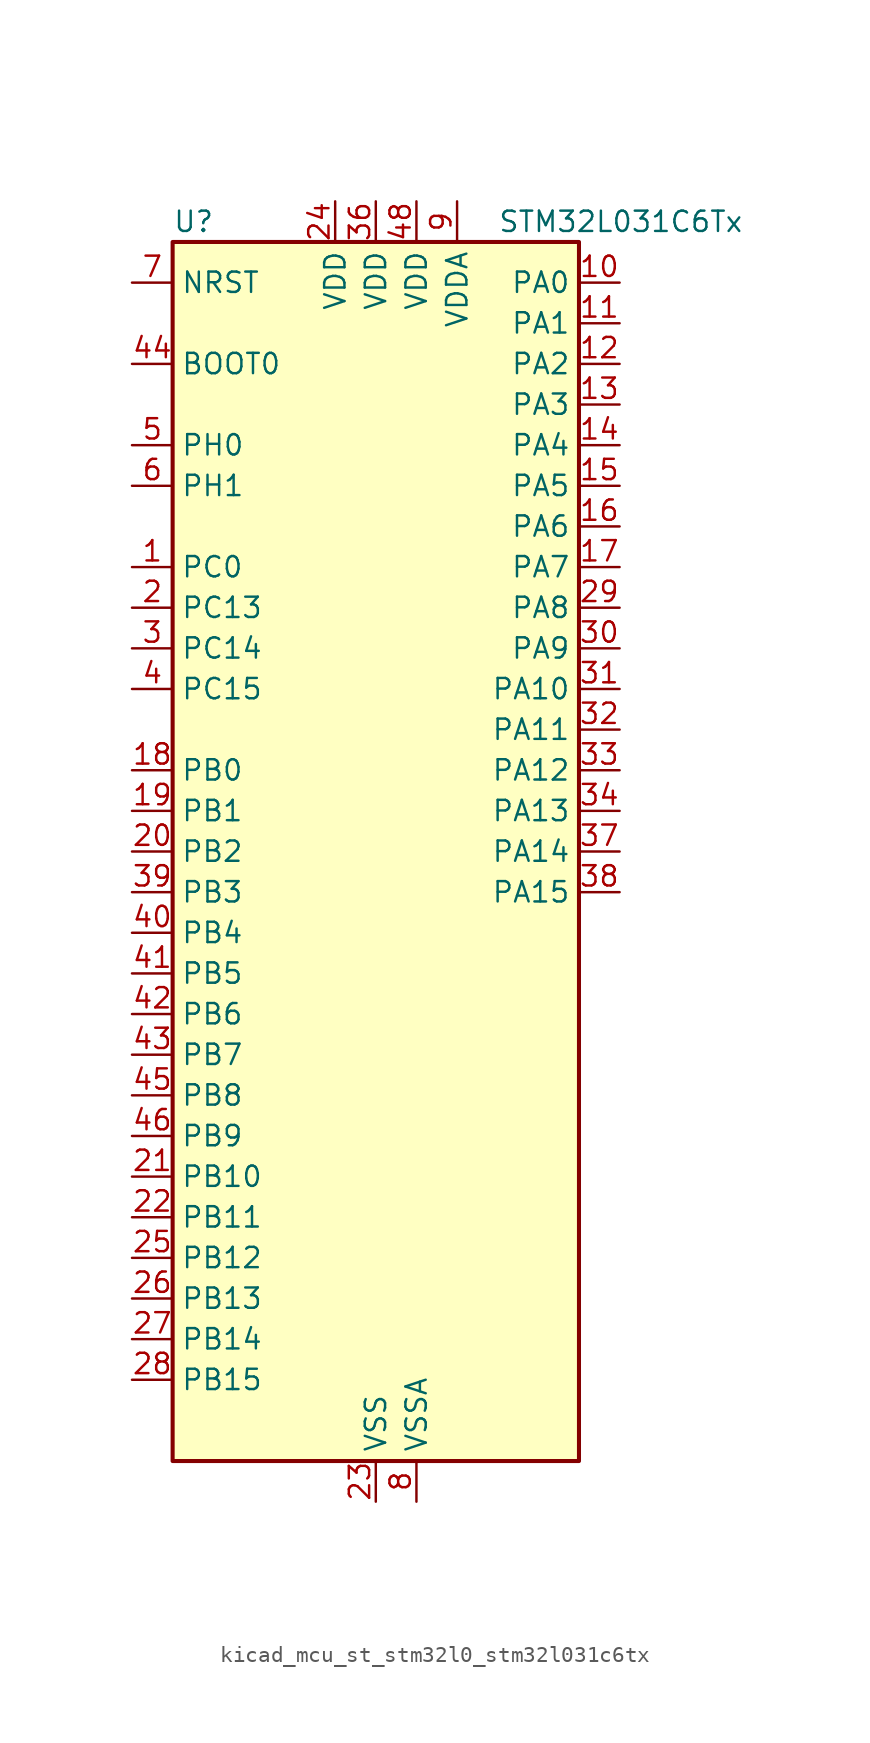
<source format=kicad_sym>
(kicad_symbol_lib
  (version 20220914)
  (generator kicad_symbol_editor)
  (symbol "kicad_mcu_st_stm32l0_stm32l031c6tx"
    (property "Reference" "U"
      (at -12.7 39.37 0)
      (effects (font (size 1.27 1.27)) (justify left)))
    (property "Value" "STM32L031C6Tx"
      (at 7.62 39.37 0)
      (effects (font (size 1.27 1.27)) (justify left)))
    (property "ki_locked" ""
      (at 0 0 0)
      (effects (font (size 1.27 1.27))))
    (symbol "kicad_mcu_st_stm32l0_stm32l031c6tx_0_1"
      (rectangle (start -12.7 -38.1) (end 12.7 38.1) (stroke (width 0.254) (type default)) (fill (type background))))
    (symbol "kicad_mcu_st_stm32l0_stm32l031c6tx_1_1"
      (pin bidirectional line (at -15.24 17.78 0) (length 2.54) (name "PC0" (effects (font (size 1.27 1.27)))) (number "1" (effects (font (size 1.27 1.27)))) (alternate "LPTIM1_IN1" bidirectional line) (alternate "LPUART1_RX" bidirectional line))
      (pin bidirectional line (at 15.24 35.56 180) (length 2.54) (name "PA0" (effects (font (size 1.27 1.27)))) (number "10" (effects (font (size 1.27 1.27)))) (alternate "ADC_IN0" bidirectional line) (alternate "COMP1_INM" bidirectional line) (alternate "COMP1_OUT" bidirectional line) (alternate "LPTIM1_IN1" bidirectional line) (alternate "RTC_TAMP2" bidirectional line) (alternate "SYS_WKUP1" bidirectional line) (alternate "TIM2_CH1" bidirectional line) (alternate "TIM2_ETR" bidirectional line) (alternate "USART2_CTS" bidirectional line))
      (pin bidirectional line (at 15.24 33.02 180) (length 2.54) (name "PA1" (effects (font (size 1.27 1.27)))) (number "11" (effects (font (size 1.27 1.27)))) (alternate "ADC_IN1" bidirectional line) (alternate "COMP1_INP" bidirectional line) (alternate "I2C1_SMBA" bidirectional line) (alternate "LPTIM1_IN2" bidirectional line) (alternate "TIM21_ETR" bidirectional line) (alternate "TIM2_CH2" bidirectional line) (alternate "USART2_DE" bidirectional line) (alternate "USART2_RTS" bidirectional line))
      (pin bidirectional line (at 15.24 30.48 180) (length 2.54) (name "PA2" (effects (font (size 1.27 1.27)))) (number "12" (effects (font (size 1.27 1.27)))) (alternate "ADC_IN2" bidirectional line) (alternate "COMP2_INM" bidirectional line) (alternate "COMP2_OUT" bidirectional line) (alternate "LPUART1_TX" bidirectional line) (alternate "RTC_OUT_ALARM" bidirectional line) (alternate "RTC_OUT_CALIB" bidirectional line) (alternate "RTC_TAMP3" bidirectional line) (alternate "RTC_TS" bidirectional line) (alternate "SYS_WKUP3" bidirectional line) (alternate "TIM21_CH1" bidirectional line) (alternate "TIM2_CH3" bidirectional line) (alternate "USART2_TX" bidirectional line))
      (pin bidirectional line (at 15.24 27.94 180) (length 2.54) (name "PA3" (effects (font (size 1.27 1.27)))) (number "13" (effects (font (size 1.27 1.27)))) (alternate "ADC_IN3" bidirectional line) (alternate "COMP2_INP" bidirectional line) (alternate "LPUART1_RX" bidirectional line) (alternate "TIM21_CH2" bidirectional line) (alternate "TIM2_CH4" bidirectional line) (alternate "USART2_RX" bidirectional line))
      (pin bidirectional line (at 15.24 25.4 180) (length 2.54) (name "PA4" (effects (font (size 1.27 1.27)))) (number "14" (effects (font (size 1.27 1.27)))) (alternate "ADC_IN4" bidirectional line) (alternate "COMP1_INM" bidirectional line) (alternate "COMP2_INM" bidirectional line) (alternate "LPTIM1_IN1" bidirectional line) (alternate "SPI1_NSS" bidirectional line) (alternate "TIM22_ETR" bidirectional line) (alternate "USART2_CK" bidirectional line))
      (pin bidirectional line (at 15.24 22.86 180) (length 2.54) (name "PA5" (effects (font (size 1.27 1.27)))) (number "15" (effects (font (size 1.27 1.27)))) (alternate "ADC_IN5" bidirectional line) (alternate "COMP1_INM" bidirectional line) (alternate "COMP2_INM" bidirectional line) (alternate "LPTIM1_IN2" bidirectional line) (alternate "SPI1_SCK" bidirectional line) (alternate "TIM2_CH1" bidirectional line) (alternate "TIM2_ETR" bidirectional line))
      (pin bidirectional line (at 15.24 20.32 180) (length 2.54) (name "PA6" (effects (font (size 1.27 1.27)))) (number "16" (effects (font (size 1.27 1.27)))) (alternate "ADC_IN6" bidirectional line) (alternate "COMP1_OUT" bidirectional line) (alternate "LPTIM1_ETR" bidirectional line) (alternate "LPUART1_CTS" bidirectional line) (alternate "SPI1_MISO" bidirectional line) (alternate "TIM22_CH1" bidirectional line))
      (pin bidirectional line (at 15.24 17.78 180) (length 2.54) (name "PA7" (effects (font (size 1.27 1.27)))) (number "17" (effects (font (size 1.27 1.27)))) (alternate "ADC_IN7" bidirectional line) (alternate "COMP2_OUT" bidirectional line) (alternate "LPTIM1_OUT" bidirectional line) (alternate "SPI1_MOSI" bidirectional line) (alternate "TIM22_CH2" bidirectional line) (alternate "USART2_CTS" bidirectional line))
      (pin bidirectional line (at -15.24 5.08 0) (length 2.54) (name "PB0" (effects (font (size 1.27 1.27)))) (number "18" (effects (font (size 1.27 1.27)))) (alternate "ADC_IN8" bidirectional line) (alternate "SPI1_MISO" bidirectional line) (alternate "SYS_VREF_OUT_PB0" bidirectional line) (alternate "TIM2_CH3" bidirectional line) (alternate "USART2_DE" bidirectional line) (alternate "USART2_RTS" bidirectional line))
      (pin bidirectional line (at -15.24 2.54 0) (length 2.54) (name "PB1" (effects (font (size 1.27 1.27)))) (number "19" (effects (font (size 1.27 1.27)))) (alternate "ADC_IN9" bidirectional line) (alternate "LPUART1_DE" bidirectional line) (alternate "LPUART1_RTS" bidirectional line) (alternate "SPI1_MOSI" bidirectional line) (alternate "SYS_VREF_OUT_PB1" bidirectional line) (alternate "TIM2_CH4" bidirectional line) (alternate "USART2_CK" bidirectional line))
      (pin bidirectional line (at -15.24 15.24 0) (length 2.54) (name "PC13" (effects (font (size 1.27 1.27)))) (number "2" (effects (font (size 1.27 1.27)))) (alternate "RTC_TAMP1" bidirectional line) (alternate "SYS_WKUP2" bidirectional line))
      (pin bidirectional line (at -15.24 0 0) (length 2.54) (name "PB2" (effects (font (size 1.27 1.27)))) (number "20" (effects (font (size 1.27 1.27)))) (alternate "LPTIM1_OUT" bidirectional line))
      (pin bidirectional line (at -15.24 -20.32 0) (length 2.54) (name "PB10" (effects (font (size 1.27 1.27)))) (number "21" (effects (font (size 1.27 1.27)))) (alternate "LPUART1_TX" bidirectional line) (alternate "TIM2_CH3" bidirectional line))
      (pin bidirectional line (at -15.24 -22.86 0) (length 2.54) (name "PB11" (effects (font (size 1.27 1.27)))) (number "22" (effects (font (size 1.27 1.27)))) (alternate "ADC_EXTI11" bidirectional line) (alternate "LPUART1_RX" bidirectional line) (alternate "TIM2_CH4" bidirectional line))
      (pin power_in line (at 0 -40.64 90) (length 2.54) (name "VSS" (effects (font (size 1.27 1.27)))) (number "23" (effects (font (size 1.27 1.27)))))
      (pin power_in line (at -2.54 40.64 270) (length 2.54) (name "VDD" (effects (font (size 1.27 1.27)))) (number "24" (effects (font (size 1.27 1.27)))))
      (pin bidirectional line (at -15.24 -25.4 0) (length 2.54) (name "PB12" (effects (font (size 1.27 1.27)))) (number "25" (effects (font (size 1.27 1.27)))) (alternate "SPI1_NSS" bidirectional line))
      (pin bidirectional line (at -15.24 -27.94 0) (length 2.54) (name "PB13" (effects (font (size 1.27 1.27)))) (number "26" (effects (font (size 1.27 1.27)))) (alternate "LPUART1_CTS" bidirectional line) (alternate "RCC_MCO" bidirectional line) (alternate "SPI1_SCK" bidirectional line) (alternate "TIM21_CH1" bidirectional line))
      (pin bidirectional line (at -15.24 -30.48 0) (length 2.54) (name "PB14" (effects (font (size 1.27 1.27)))) (number "27" (effects (font (size 1.27 1.27)))) (alternate "LPUART1_DE" bidirectional line) (alternate "LPUART1_RTS" bidirectional line) (alternate "RTC_OUT_ALARM" bidirectional line) (alternate "RTC_OUT_CALIB" bidirectional line) (alternate "SPI1_MISO" bidirectional line) (alternate "TIM21_CH2" bidirectional line))
      (pin bidirectional line (at -15.24 -33.02 0) (length 2.54) (name "PB15" (effects (font (size 1.27 1.27)))) (number "28" (effects (font (size 1.27 1.27)))) (alternate "RTC_REFIN" bidirectional line) (alternate "SPI1_MOSI" bidirectional line))
      (pin bidirectional line (at 15.24 15.24 180) (length 2.54) (name "PA8" (effects (font (size 1.27 1.27)))) (number "29" (effects (font (size 1.27 1.27)))) (alternate "LPTIM1_IN1" bidirectional line) (alternate "RCC_MCO" bidirectional line) (alternate "TIM2_CH1" bidirectional line) (alternate "USART2_CK" bidirectional line))
      (pin bidirectional line (at -15.24 12.7 0) (length 2.54) (name "PC14" (effects (font (size 1.27 1.27)))) (number "3" (effects (font (size 1.27 1.27)))) (alternate "RCC_OSC32_IN" bidirectional line))
      (pin bidirectional line (at 15.24 12.7 180) (length 2.54) (name "PA9" (effects (font (size 1.27 1.27)))) (number "30" (effects (font (size 1.27 1.27)))) (alternate "I2C1_SCL" bidirectional line) (alternate "RCC_MCO" bidirectional line) (alternate "TIM22_CH1" bidirectional line) (alternate "USART2_TX" bidirectional line))
      (pin bidirectional line (at 15.24 10.16 180) (length 2.54) (name "PA10" (effects (font (size 1.27 1.27)))) (number "31" (effects (font (size 1.27 1.27)))) (alternate "I2C1_SDA" bidirectional line) (alternate "TIM22_CH2" bidirectional line) (alternate "USART2_RX" bidirectional line))
      (pin bidirectional line (at 15.24 7.62 180) (length 2.54) (name "PA11" (effects (font (size 1.27 1.27)))) (number "32" (effects (font (size 1.27 1.27)))) (alternate "ADC_EXTI11" bidirectional line) (alternate "COMP1_OUT" bidirectional line) (alternate "SPI1_MISO" bidirectional line) (alternate "TIM21_CH2" bidirectional line) (alternate "USART2_CTS" bidirectional line))
      (pin bidirectional line (at 15.24 5.08 180) (length 2.54) (name "PA12" (effects (font (size 1.27 1.27)))) (number "33" (effects (font (size 1.27 1.27)))) (alternate "COMP2_OUT" bidirectional line) (alternate "SPI1_MOSI" bidirectional line) (alternate "USART2_DE" bidirectional line) (alternate "USART2_RTS" bidirectional line))
      (pin bidirectional line (at 15.24 2.54 180) (length 2.54) (name "PA13" (effects (font (size 1.27 1.27)))) (number "34" (effects (font (size 1.27 1.27)))) (alternate "LPTIM1_ETR" bidirectional line) (alternate "LPUART1_RX" bidirectional line) (alternate "SYS_SWDIO" bidirectional line))
      (pin passive line (at 0 -40.64 90) (length 2.54) hide (name "VSS" (effects (font (size 1.27 1.27)))) (number "35" (effects (font (size 1.27 1.27)))))
      (pin power_in line (at 0 40.64 270) (length 2.54) (name "VDD" (effects (font (size 1.27 1.27)))) (number "36" (effects (font (size 1.27 1.27)))))
      (pin bidirectional line (at 15.24 0 180) (length 2.54) (name "PA14" (effects (font (size 1.27 1.27)))) (number "37" (effects (font (size 1.27 1.27)))) (alternate "I2C1_SMBA" bidirectional line) (alternate "LPTIM1_OUT" bidirectional line) (alternate "LPUART1_TX" bidirectional line) (alternate "SYS_SWCLK" bidirectional line) (alternate "USART2_TX" bidirectional line))
      (pin bidirectional line (at 15.24 -2.54 180) (length 2.54) (name "PA15" (effects (font (size 1.27 1.27)))) (number "38" (effects (font (size 1.27 1.27)))) (alternate "SPI1_NSS" bidirectional line) (alternate "TIM2_CH1" bidirectional line) (alternate "TIM2_ETR" bidirectional line) (alternate "USART2_RX" bidirectional line))
      (pin bidirectional line (at -15.24 -2.54 0) (length 2.54) (name "PB3" (effects (font (size 1.27 1.27)))) (number "39" (effects (font (size 1.27 1.27)))) (alternate "COMP2_INM" bidirectional line) (alternate "SPI1_SCK" bidirectional line) (alternate "TIM2_CH2" bidirectional line))
      (pin bidirectional line (at -15.24 10.16 0) (length 2.54) (name "PC15" (effects (font (size 1.27 1.27)))) (number "4" (effects (font (size 1.27 1.27)))) (alternate "RCC_OSC32_OUT" bidirectional line))
      (pin bidirectional line (at -15.24 -5.08 0) (length 2.54) (name "PB4" (effects (font (size 1.27 1.27)))) (number "40" (effects (font (size 1.27 1.27)))) (alternate "COMP2_INP" bidirectional line) (alternate "SPI1_MISO" bidirectional line) (alternate "TIM22_CH1" bidirectional line))
      (pin bidirectional line (at -15.24 -7.62 0) (length 2.54) (name "PB5" (effects (font (size 1.27 1.27)))) (number "41" (effects (font (size 1.27 1.27)))) (alternate "COMP2_INP" bidirectional line) (alternate "I2C1_SMBA" bidirectional line) (alternate "LPTIM1_IN1" bidirectional line) (alternate "SPI1_MOSI" bidirectional line) (alternate "TIM22_CH2" bidirectional line))
      (pin bidirectional line (at -15.24 -10.16 0) (length 2.54) (name "PB6" (effects (font (size 1.27 1.27)))) (number "42" (effects (font (size 1.27 1.27)))) (alternate "COMP2_INP" bidirectional line) (alternate "I2C1_SCL" bidirectional line) (alternate "LPTIM1_ETR" bidirectional line) (alternate "TIM21_CH1" bidirectional line) (alternate "USART2_TX" bidirectional line))
      (pin bidirectional line (at -15.24 -12.7 0) (length 2.54) (name "PB7" (effects (font (size 1.27 1.27)))) (number "43" (effects (font (size 1.27 1.27)))) (alternate "COMP2_INP" bidirectional line) (alternate "I2C1_SDA" bidirectional line) (alternate "LPTIM1_IN2" bidirectional line) (alternate "SYS_PVD_IN" bidirectional line) (alternate "USART2_RX" bidirectional line))
      (pin input line (at -15.24 30.48 0) (length 2.54) (name "BOOT0" (effects (font (size 1.27 1.27)))) (number "44" (effects (font (size 1.27 1.27)))))
      (pin bidirectional line (at -15.24 -15.24 0) (length 2.54) (name "PB8" (effects (font (size 1.27 1.27)))) (number "45" (effects (font (size 1.27 1.27)))) (alternate "I2C1_SCL" bidirectional line))
      (pin bidirectional line (at -15.24 -17.78 0) (length 2.54) (name "PB9" (effects (font (size 1.27 1.27)))) (number "46" (effects (font (size 1.27 1.27)))) (alternate "I2C1_SDA" bidirectional line))
      (pin passive line (at 0 -40.64 90) (length 2.54) hide (name "VSS" (effects (font (size 1.27 1.27)))) (number "47" (effects (font (size 1.27 1.27)))))
      (pin power_in line (at 2.54 40.64 270) (length 2.54) (name "VDD" (effects (font (size 1.27 1.27)))) (number "48" (effects (font (size 1.27 1.27)))))
      (pin bidirectional line (at -15.24 25.4 0) (length 2.54) (name "PH0" (effects (font (size 1.27 1.27)))) (number "5" (effects (font (size 1.27 1.27)))) (alternate "RCC_OSC_IN" bidirectional line))
      (pin bidirectional line (at -15.24 22.86 0) (length 2.54) (name "PH1" (effects (font (size 1.27 1.27)))) (number "6" (effects (font (size 1.27 1.27)))) (alternate "RCC_OSC_OUT" bidirectional line))
      (pin input line (at -15.24 35.56 0) (length 2.54) (name "NRST" (effects (font (size 1.27 1.27)))) (number "7" (effects (font (size 1.27 1.27)))))
      (pin power_in line (at 2.54 -40.64 90) (length 2.54) (name "VSSA" (effects (font (size 1.27 1.27)))) (number "8" (effects (font (size 1.27 1.27)))))
      (pin power_in line (at 5.08 40.64 270) (length 2.54) (name "VDDA" (effects (font (size 1.27 1.27)))) (number "9" (effects (font (size 1.27 1.27))))))))
</source>
